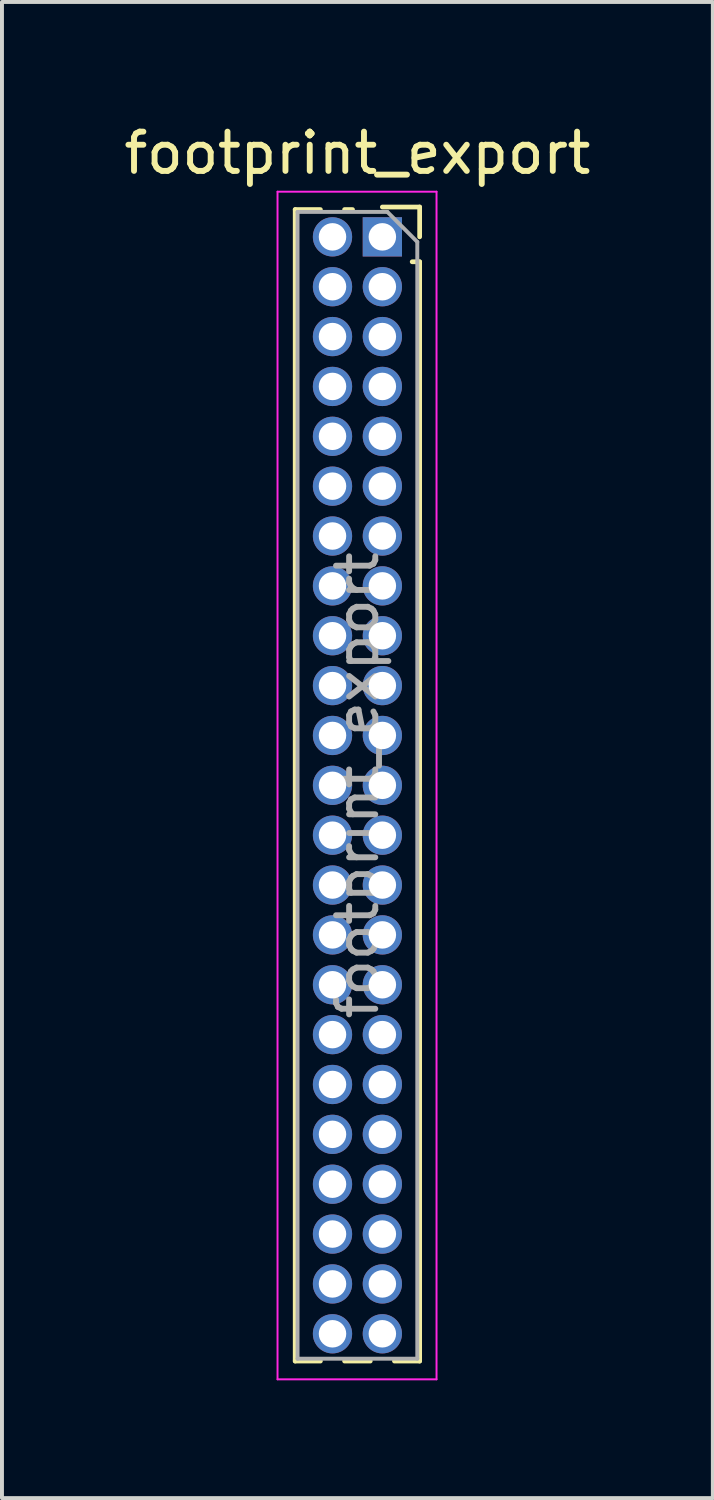
<source format=kicad_pcb>
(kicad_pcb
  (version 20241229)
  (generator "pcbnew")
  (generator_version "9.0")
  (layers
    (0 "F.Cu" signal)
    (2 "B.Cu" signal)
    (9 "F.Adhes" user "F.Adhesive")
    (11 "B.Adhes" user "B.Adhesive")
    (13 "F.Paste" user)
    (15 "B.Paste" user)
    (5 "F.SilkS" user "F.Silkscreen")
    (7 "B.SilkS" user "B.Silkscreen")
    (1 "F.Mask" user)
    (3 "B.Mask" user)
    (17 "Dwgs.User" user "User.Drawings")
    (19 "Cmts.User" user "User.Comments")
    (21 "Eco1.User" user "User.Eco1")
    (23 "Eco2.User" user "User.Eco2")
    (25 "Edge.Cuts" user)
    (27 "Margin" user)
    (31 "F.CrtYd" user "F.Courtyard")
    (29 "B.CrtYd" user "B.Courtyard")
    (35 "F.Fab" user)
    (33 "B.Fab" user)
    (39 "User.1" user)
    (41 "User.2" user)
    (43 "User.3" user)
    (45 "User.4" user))
  (footprint "footprint_export"
    (layer "F.Cu")
    (at 6.689 2.983)
    (property "Reference" "footprint_export" (at -0.635 -2.135 0) (layer "F.SilkS") (effects (font (size 1 1) (thickness 0.15))))
    (attr through_hole)
    (fp_line (start -2.22 -0.695) (end -2.22 28.635) (stroke (width 0.12) (type solid)) (layer "F.SilkS"))
    (fp_line (start -2.22 -0.695) (end -1.578 -0.695) (stroke (width 0.12) (type solid)) (layer "F.SilkS"))
    (fp_line (start -2.22 28.635) (end -1.578 28.635) (stroke (width 0.12) (type solid)) (layer "F.SilkS"))
    (fp_line (start -0.962 -0.695) (end -0.76 -0.695) (stroke (width 0.12) (type solid)) (layer "F.SilkS"))
    (fp_line (start -0.962 28.635) (end -0.308 28.635) (stroke (width 0.12) (type solid)) (layer "F.SilkS"))
    (fp_line (start 0 -0.76) (end 0.95 -0.76) (stroke (width 0.12) (type solid)) (layer "F.SilkS"))
    (fp_line (start 0.308 28.635) (end 0.95 28.635) (stroke (width 0.12) (type solid)) (layer "F.SilkS"))
    (fp_line (start 0.76 0.635) (end 0.95 0.635) (stroke (width 0.12) (type solid)) (layer "F.SilkS"))
    (fp_line (start 0.95 -0.76) (end 0.95 0) (stroke (width 0.12) (type solid)) (layer "F.SilkS"))
    (fp_line (start 0.95 0.635) (end 0.95 28.635) (stroke (width 0.12) (type solid)) (layer "F.SilkS"))
    (fp_line (start -2.67 -1.15) (end 1.38 -1.15) (stroke (width 0.05) (type solid)) (layer "F.CrtYd"))
    (fp_line (start -2.67 29.1) (end -2.67 -1.15) (stroke (width 0.05) (type solid)) (layer "F.CrtYd"))
    (fp_line (start 1.38 -1.15) (end 1.38 29.1) (stroke (width 0.05) (type solid)) (layer "F.CrtYd"))
    (fp_line (start 1.38 29.1) (end -2.67 29.1) (stroke (width 0.05) (type solid)) (layer "F.CrtYd"))
    (fp_line (start -2.16 -0.635) (end 0.128 -0.635) (stroke (width 0.1) (type solid)) (layer "F.Fab"))
    (fp_line (start -2.16 28.575) (end -2.16 -0.635) (stroke (width 0.1) (type solid)) (layer "F.Fab"))
    (fp_line (start 0.128 -0.635) (end 0.89 0.128) (stroke (width 0.1) (type solid)) (layer "F.Fab"))
    (fp_line (start 0.89 0.128) (end 0.89 28.575) (stroke (width 0.1) (type solid)) (layer "F.Fab"))
    (fp_line (start 0.89 28.575) (end -2.16 28.575) (stroke (width 0.1) (type solid)) (layer "F.Fab"))
    (fp_text user "${REFERENCE}" (at -0.635 13.97 90) (layer "F.Fab") (effects (font (size 1 1) (thickness 0.15))))
    (pad "1" thru_hole rect (at 0 0) (size 1 1) (drill 0.7) (layers "*.Cu" "*.Mask"))
    (pad "2" thru_hole oval (at -1.27 0) (size 1 1) (drill 0.7) (layers "*.Cu" "*.Mask"))
    (pad "3" thru_hole oval (at 0 1.27) (size 1 1) (drill 0.7) (layers "*.Cu" "*.Mask"))
    (pad "4" thru_hole oval (at -1.27 1.27) (size 1 1) (drill 0.7) (layers "*.Cu" "*.Mask"))
    (pad "5" thru_hole oval (at 0 2.54) (size 1 1) (drill 0.7) (layers "*.Cu" "*.Mask"))
    (pad "6" thru_hole oval (at -1.27 2.54) (size 1 1) (drill 0.7) (layers "*.Cu" "*.Mask"))
    (pad "7" thru_hole oval (at 0 3.81) (size 1 1) (drill 0.7) (layers "*.Cu" "*.Mask"))
    (pad "8" thru_hole oval (at -1.27 3.81) (size 1 1) (drill 0.7) (layers "*.Cu" "*.Mask"))
    (pad "9" thru_hole oval (at 0 5.08) (size 1 1) (drill 0.7) (layers "*.Cu" "*.Mask"))
    (pad "10" thru_hole oval (at -1.27 5.08) (size 1 1) (drill 0.7) (layers "*.Cu" "*.Mask"))
    (pad "11" thru_hole oval (at 0 6.35) (size 1 1) (drill 0.7) (layers "*.Cu" "*.Mask"))
    (pad "12" thru_hole oval (at -1.27 6.35) (size 1 1) (drill 0.7) (layers "*.Cu" "*.Mask"))
    (pad "13" thru_hole oval (at 0 7.62) (size 1 1) (drill 0.7) (layers "*.Cu" "*.Mask"))
    (pad "14" thru_hole oval (at -1.27 7.62) (size 1 1) (drill 0.7) (layers "*.Cu" "*.Mask"))
    (pad "15" thru_hole oval (at 0 8.89) (size 1 1) (drill 0.7) (layers "*.Cu" "*.Mask"))
    (pad "16" thru_hole oval (at -1.27 8.89) (size 1 1) (drill 0.7) (layers "*.Cu" "*.Mask"))
    (pad "17" thru_hole oval (at 0 10.16) (size 1 1) (drill 0.7) (layers "*.Cu" "*.Mask"))
    (pad "18" thru_hole oval (at -1.27 10.16) (size 1 1) (drill 0.7) (layers "*.Cu" "*.Mask"))
    (pad "19" thru_hole oval (at 0 11.43) (size 1 1) (drill 0.7) (layers "*.Cu" "*.Mask"))
    (pad "20" thru_hole oval (at -1.27 11.43) (size 1 1) (drill 0.7) (layers "*.Cu" "*.Mask"))
    (pad "21" thru_hole oval (at 0 12.7) (size 1 1) (drill 0.7) (layers "*.Cu" "*.Mask"))
    (pad "22" thru_hole oval (at -1.27 12.7) (size 1 1) (drill 0.7) (layers "*.Cu" "*.Mask"))
    (pad "23" thru_hole oval (at 0 13.97) (size 1 1) (drill 0.7) (layers "*.Cu" "*.Mask"))
    (pad "24" thru_hole oval (at -1.27 13.97) (size 1 1) (drill 0.7) (layers "*.Cu" "*.Mask"))
    (pad "25" thru_hole oval (at 0 15.24) (size 1 1) (drill 0.7) (layers "*.Cu" "*.Mask"))
    (pad "26" thru_hole oval (at -1.27 15.24) (size 1 1) (drill 0.7) (layers "*.Cu" "*.Mask"))
    (pad "27" thru_hole oval (at 0 16.51) (size 1 1) (drill 0.7) (layers "*.Cu" "*.Mask"))
    (pad "28" thru_hole oval (at -1.27 16.51) (size 1 1) (drill 0.7) (layers "*.Cu" "*.Mask"))
    (pad "29" thru_hole oval (at 0 17.78) (size 1 1) (drill 0.7) (layers "*.Cu" "*.Mask"))
    (pad "30" thru_hole oval (at -1.27 17.78) (size 1 1) (drill 0.7) (layers "*.Cu" "*.Mask"))
    (pad "31" thru_hole oval (at 0 19.05) (size 1 1) (drill 0.7) (layers "*.Cu" "*.Mask"))
    (pad "32" thru_hole oval (at -1.27 19.05) (size 1 1) (drill 0.7) (layers "*.Cu" "*.Mask"))
    (pad "33" thru_hole oval (at 0 20.32) (size 1 1) (drill 0.7) (layers "*.Cu" "*.Mask"))
    (pad "34" thru_hole oval (at -1.27 20.32) (size 1 1) (drill 0.7) (layers "*.Cu" "*.Mask"))
    (pad "35" thru_hole oval (at 0 21.59) (size 1 1) (drill 0.7) (layers "*.Cu" "*.Mask"))
    (pad "36" thru_hole oval (at -1.27 21.59) (size 1 1) (drill 0.7) (layers "*.Cu" "*.Mask"))
    (pad "37" thru_hole oval (at 0 22.86) (size 1 1) (drill 0.7) (layers "*.Cu" "*.Mask"))
    (pad "38" thru_hole oval (at -1.27 22.86) (size 1 1) (drill 0.7) (layers "*.Cu" "*.Mask"))
    (pad "39" thru_hole oval (at 0 24.13) (size 1 1) (drill 0.7) (layers "*.Cu" "*.Mask"))
    (pad "40" thru_hole oval (at -1.27 24.13) (size 1 1) (drill 0.7) (layers "*.Cu" "*.Mask"))
    (pad "41" thru_hole oval (at 0 25.4) (size 1 1) (drill 0.7) (layers "*.Cu" "*.Mask"))
    (pad "42" thru_hole oval (at -1.27 25.4) (size 1 1) (drill 0.7) (layers "*.Cu" "*.Mask"))
    (pad "43" thru_hole oval (at 0 26.67) (size 1 1) (drill 0.7) (layers "*.Cu" "*.Mask"))
    (pad "44" thru_hole oval (at -1.27 26.67) (size 1 1) (drill 0.7) (layers "*.Cu" "*.Mask"))
    (pad "45" thru_hole oval (at 0 27.94) (size 1 1) (drill 0.7) (layers "*.Cu" "*.Mask"))
    (pad "46" thru_hole oval (at -1.27 27.94) (size 1 1) (drill 0.7) (layers "*.Cu" "*.Mask")))
  (gr_rect
    (start -3 -3)
    (end 15.107 35.108)
    (stroke (width 0.1) (type default))
    (fill no)
    (layer "Edge.Cuts")))
</source>
